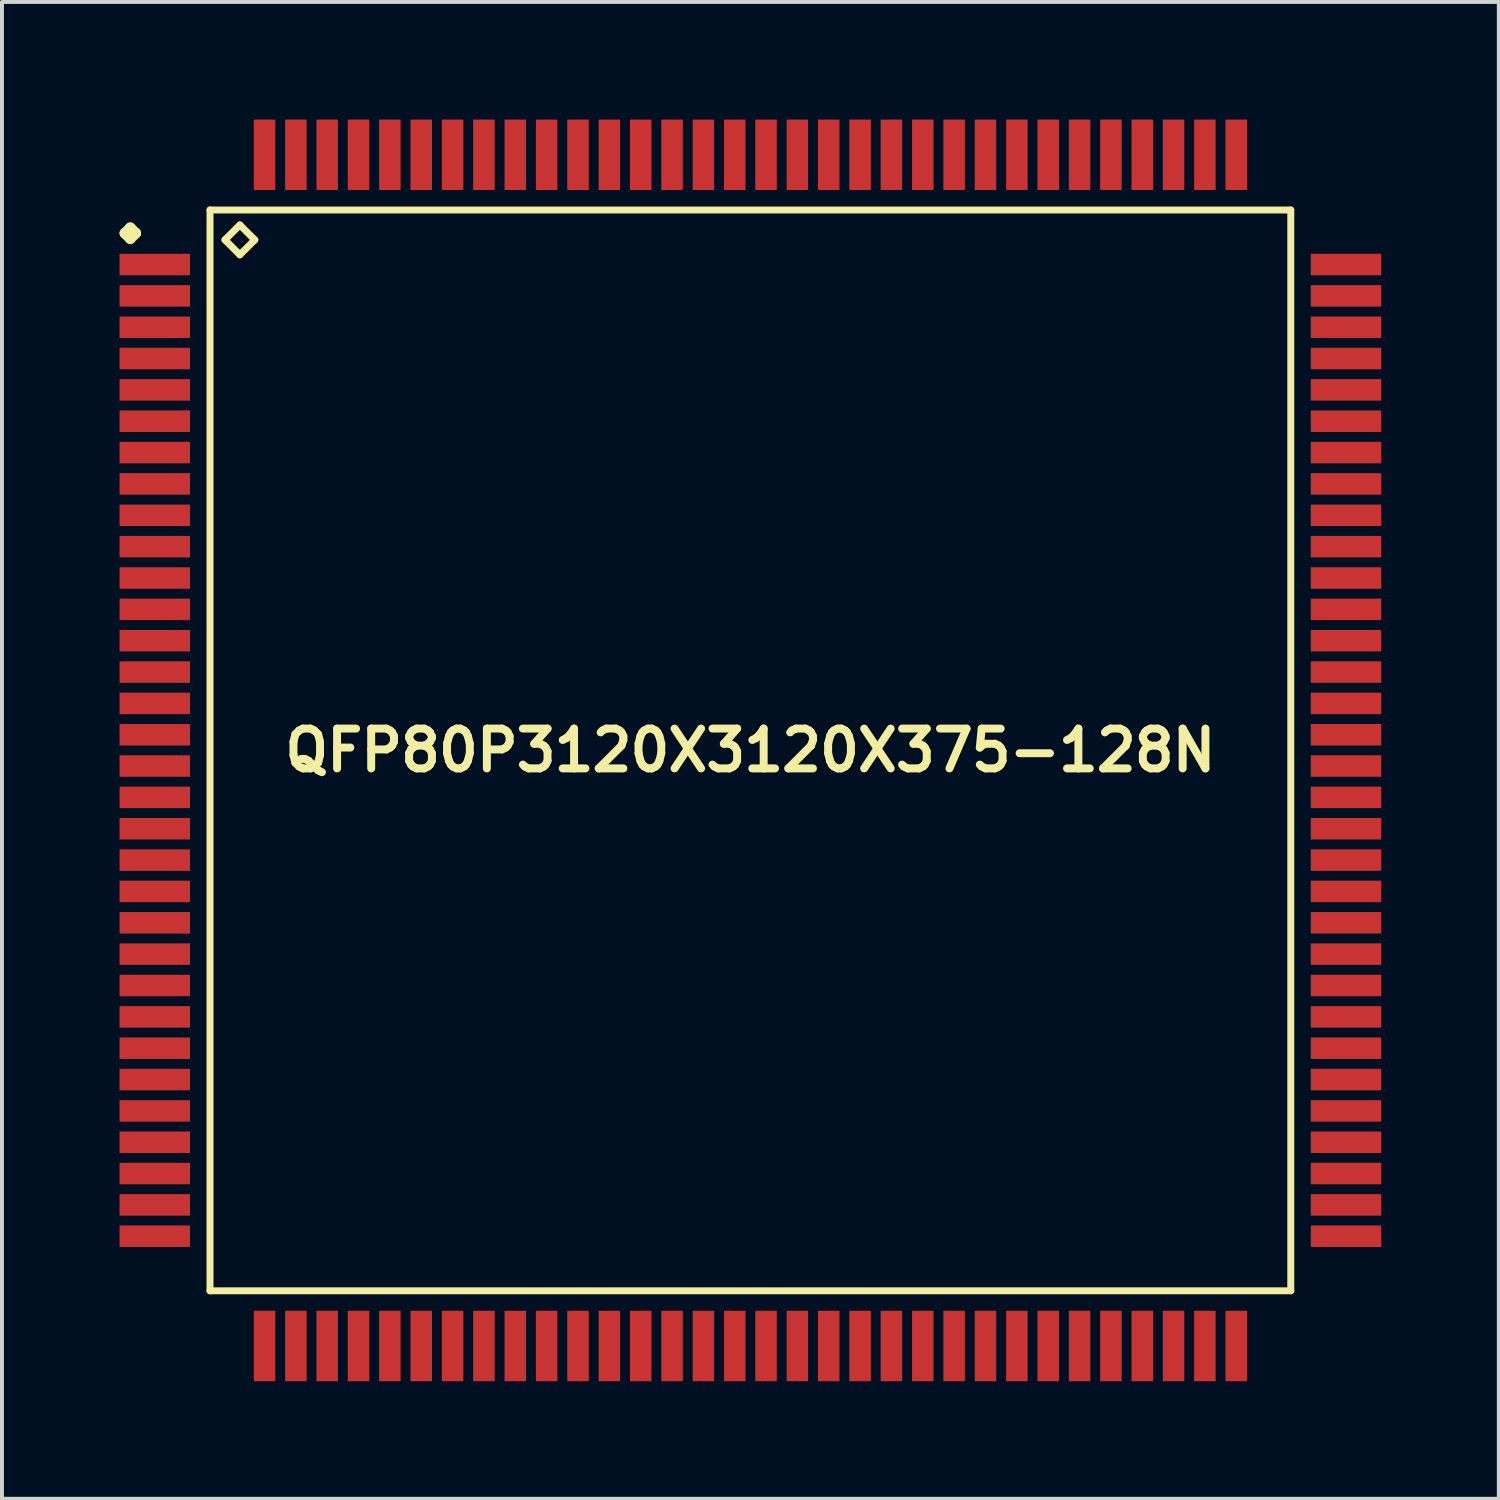
<source format=kicad_pcb>
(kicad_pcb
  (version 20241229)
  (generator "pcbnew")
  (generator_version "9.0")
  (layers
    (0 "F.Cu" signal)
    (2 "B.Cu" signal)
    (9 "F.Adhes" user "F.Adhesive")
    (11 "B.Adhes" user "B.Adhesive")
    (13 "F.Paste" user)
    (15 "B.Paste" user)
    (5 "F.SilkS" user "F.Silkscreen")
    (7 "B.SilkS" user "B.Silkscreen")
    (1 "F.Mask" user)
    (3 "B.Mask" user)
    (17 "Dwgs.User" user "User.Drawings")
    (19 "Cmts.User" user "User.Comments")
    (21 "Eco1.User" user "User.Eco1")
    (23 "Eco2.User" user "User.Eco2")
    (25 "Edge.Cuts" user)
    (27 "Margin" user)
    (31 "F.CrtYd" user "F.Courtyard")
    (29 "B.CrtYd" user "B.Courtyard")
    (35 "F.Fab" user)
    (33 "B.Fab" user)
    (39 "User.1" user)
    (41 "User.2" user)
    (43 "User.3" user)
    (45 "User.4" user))
  (footprint "QFP80P3120X3120X375-128N"
    (layer "F.Cu")
    (at 16.099 16.099)
    (property "Reference" "QFP80P3120X3120X375-128N" (at 0 0 0) (layer "F.SilkS") (effects (font (size 1.016 1.016) (thickness 0.203))))
    (attr smd)
    (fp_line (start -15.961 -13.198) (end -15.824 -13.335) (stroke (width 0.274) (type solid)) (layer "F.SilkS"))
    (fp_line (start -15.824 -13.335) (end -15.687 -13.198) (stroke (width 0.274) (type solid)) (layer "F.SilkS"))
    (fp_line (start -15.824 -13.061) (end -15.961 -13.198) (stroke (width 0.274) (type solid)) (layer "F.SilkS"))
    (fp_line (start -15.687 -13.198) (end -15.824 -13.061) (stroke (width 0.274) (type solid)) (layer "F.SilkS"))
    (fp_line (start -13.79 -13.79) (end -13.79 13.79) (stroke (width 0.178) (type solid)) (layer "F.SilkS"))
    (fp_line (start -13.79 13.79) (end 13.79 13.79) (stroke (width 0.178) (type solid)) (layer "F.SilkS"))
    (fp_line (start -13.409 -13.028) (end -13.028 -13.409) (stroke (width 0.178) (type solid)) (layer "F.SilkS"))
    (fp_line (start -13.028 -13.409) (end -12.647 -13.028) (stroke (width 0.178) (type solid)) (layer "F.SilkS"))
    (fp_line (start -13.028 -12.647) (end -13.409 -13.028) (stroke (width 0.178) (type solid)) (layer "F.SilkS"))
    (fp_line (start -12.647 -13.028) (end -13.028 -12.647) (stroke (width 0.178) (type solid)) (layer "F.SilkS"))
    (fp_line (start 13.79 -13.79) (end -13.79 -13.79) (stroke (width 0.178) (type solid)) (layer "F.SilkS"))
    (fp_line (start 13.79 13.79) (end 13.79 -13.79) (stroke (width 0.178) (type solid)) (layer "F.SilkS"))
    (pad "1" smd rect (at -15.199 -12.398) (size 1.798 0.549) (layers "F.Cu" "F.Mask" "F.Paste"))
    (pad "2" smd rect (at -15.199 -11.598) (size 1.798 0.549) (layers "F.Cu" "F.Mask" "F.Paste"))
    (pad "3" smd rect (at -15.199 -10.798) (size 1.798 0.549) (layers "F.Cu" "F.Mask" "F.Paste"))
    (pad "4" smd rect (at -15.199 -10) (size 1.798 0.549) (layers "F.Cu" "F.Mask" "F.Paste"))
    (pad "5" smd rect (at -15.199 -9.2) (size 1.798 0.549) (layers "F.Cu" "F.Mask" "F.Paste"))
    (pad "6" smd rect (at -15.199 -8.4) (size 1.798 0.549) (layers "F.Cu" "F.Mask" "F.Paste"))
    (pad "7" smd rect (at -15.199 -7.6) (size 1.798 0.549) (layers "F.Cu" "F.Mask" "F.Paste"))
    (pad "8" smd rect (at -15.199 -6.8) (size 1.798 0.549) (layers "F.Cu" "F.Mask" "F.Paste"))
    (pad "9" smd rect (at -15.199 -5.999) (size 1.798 0.549) (layers "F.Cu" "F.Mask" "F.Paste"))
    (pad "10" smd rect (at -15.199 -5.199) (size 1.798 0.549) (layers "F.Cu" "F.Mask" "F.Paste"))
    (pad "11" smd rect (at -15.199 -4.399) (size 1.798 0.549) (layers "F.Cu" "F.Mask" "F.Paste"))
    (pad "12" smd rect (at -15.199 -3.599) (size 1.798 0.549) (layers "F.Cu" "F.Mask" "F.Paste"))
    (pad "13" smd rect (at -15.199 -2.799) (size 1.798 0.549) (layers "F.Cu" "F.Mask" "F.Paste"))
    (pad "14" smd rect (at -15.199 -1.999) (size 1.798 0.549) (layers "F.Cu" "F.Mask" "F.Paste"))
    (pad "15" smd rect (at -15.199 -1.199) (size 1.798 0.549) (layers "F.Cu" "F.Mask" "F.Paste"))
    (pad "16" smd rect (at -15.199 -0.399) (size 1.798 0.549) (layers "F.Cu" "F.Mask" "F.Paste"))
    (pad "17" smd rect (at -15.199 0.399) (size 1.798 0.549) (layers "F.Cu" "F.Mask" "F.Paste"))
    (pad "18" smd rect (at -15.199 1.199) (size 1.798 0.549) (layers "F.Cu" "F.Mask" "F.Paste"))
    (pad "19" smd rect (at -15.199 1.999) (size 1.798 0.549) (layers "F.Cu" "F.Mask" "F.Paste"))
    (pad "20" smd rect (at -15.199 2.799) (size 1.798 0.549) (layers "F.Cu" "F.Mask" "F.Paste"))
    (pad "21" smd rect (at -15.199 3.599) (size 1.798 0.549) (layers "F.Cu" "F.Mask" "F.Paste"))
    (pad "22" smd rect (at -15.199 4.399) (size 1.798 0.549) (layers "F.Cu" "F.Mask" "F.Paste"))
    (pad "23" smd rect (at -15.199 5.199) (size 1.798 0.549) (layers "F.Cu" "F.Mask" "F.Paste"))
    (pad "24" smd rect (at -15.199 5.999) (size 1.798 0.549) (layers "F.Cu" "F.Mask" "F.Paste"))
    (pad "25" smd rect (at -15.199 6.8) (size 1.798 0.549) (layers "F.Cu" "F.Mask" "F.Paste"))
    (pad "26" smd rect (at -15.199 7.6) (size 1.798 0.549) (layers "F.Cu" "F.Mask" "F.Paste"))
    (pad "27" smd rect (at -15.199 8.4) (size 1.798 0.549) (layers "F.Cu" "F.Mask" "F.Paste"))
    (pad "28" smd rect (at -15.199 9.2) (size 1.798 0.549) (layers "F.Cu" "F.Mask" "F.Paste"))
    (pad "29" smd rect (at -15.199 10) (size 1.798 0.549) (layers "F.Cu" "F.Mask" "F.Paste"))
    (pad "30" smd rect (at -15.199 10.798) (size 1.798 0.549) (layers "F.Cu" "F.Mask" "F.Paste"))
    (pad "31" smd rect (at -15.199 11.598) (size 1.798 0.549) (layers "F.Cu" "F.Mask" "F.Paste"))
    (pad "32" smd rect (at -15.199 12.398) (size 1.798 0.549) (layers "F.Cu" "F.Mask" "F.Paste"))
    (pad "33" smd rect (at -12.398 15.199) (size 0.549 1.798) (layers "F.Cu" "F.Mask" "F.Paste"))
    (pad "34" smd rect (at -11.598 15.199) (size 0.549 1.798) (layers "F.Cu" "F.Mask" "F.Paste"))
    (pad "35" smd rect (at -10.798 15.199) (size 0.549 1.798) (layers "F.Cu" "F.Mask" "F.Paste"))
    (pad "36" smd rect (at -10 15.199) (size 0.549 1.798) (layers "F.Cu" "F.Mask" "F.Paste"))
    (pad "37" smd rect (at -9.2 15.199) (size 0.549 1.798) (layers "F.Cu" "F.Mask" "F.Paste"))
    (pad "38" smd rect (at -8.4 15.199) (size 0.549 1.798) (layers "F.Cu" "F.Mask" "F.Paste"))
    (pad "39" smd rect (at -7.6 15.199) (size 0.549 1.798) (layers "F.Cu" "F.Mask" "F.Paste"))
    (pad "40" smd rect (at -6.8 15.199) (size 0.549 1.798) (layers "F.Cu" "F.Mask" "F.Paste"))
    (pad "41" smd rect (at -5.999 15.199) (size 0.549 1.798) (layers "F.Cu" "F.Mask" "F.Paste"))
    (pad "42" smd rect (at -5.199 15.199) (size 0.549 1.798) (layers "F.Cu" "F.Mask" "F.Paste"))
    (pad "43" smd rect (at -4.399 15.199) (size 0.549 1.798) (layers "F.Cu" "F.Mask" "F.Paste"))
    (pad "44" smd rect (at -3.599 15.199) (size 0.549 1.798) (layers "F.Cu" "F.Mask" "F.Paste"))
    (pad "45" smd rect (at -2.799 15.199) (size 0.549 1.798) (layers "F.Cu" "F.Mask" "F.Paste"))
    (pad "46" smd rect (at -1.999 15.199) (size 0.549 1.798) (layers "F.Cu" "F.Mask" "F.Paste"))
    (pad "47" smd rect (at -1.199 15.199) (size 0.549 1.798) (layers "F.Cu" "F.Mask" "F.Paste"))
    (pad "48" smd rect (at -0.399 15.199) (size 0.549 1.798) (layers "F.Cu" "F.Mask" "F.Paste"))
    (pad "49" smd rect (at 0.399 15.199) (size 0.549 1.798) (layers "F.Cu" "F.Mask" "F.Paste"))
    (pad "50" smd rect (at 1.199 15.199) (size 0.549 1.798) (layers "F.Cu" "F.Mask" "F.Paste"))
    (pad "51" smd rect (at 1.999 15.199) (size 0.549 1.798) (layers "F.Cu" "F.Mask" "F.Paste"))
    (pad "52" smd rect (at 2.799 15.199) (size 0.549 1.798) (layers "F.Cu" "F.Mask" "F.Paste"))
    (pad "53" smd rect (at 3.599 15.199) (size 0.549 1.798) (layers "F.Cu" "F.Mask" "F.Paste"))
    (pad "54" smd rect (at 4.399 15.199) (size 0.549 1.798) (layers "F.Cu" "F.Mask" "F.Paste"))
    (pad "55" smd rect (at 5.199 15.199) (size 0.549 1.798) (layers "F.Cu" "F.Mask" "F.Paste"))
    (pad "56" smd rect (at 5.999 15.199) (size 0.549 1.798) (layers "F.Cu" "F.Mask" "F.Paste"))
    (pad "57" smd rect (at 6.8 15.199) (size 0.549 1.798) (layers "F.Cu" "F.Mask" "F.Paste"))
    (pad "58" smd rect (at 7.6 15.199) (size 0.549 1.798) (layers "F.Cu" "F.Mask" "F.Paste"))
    (pad "59" smd rect (at 8.4 15.199) (size 0.549 1.798) (layers "F.Cu" "F.Mask" "F.Paste"))
    (pad "60" smd rect (at 9.2 15.199) (size 0.549 1.798) (layers "F.Cu" "F.Mask" "F.Paste"))
    (pad "61" smd rect (at 10 15.199) (size 0.549 1.798) (layers "F.Cu" "F.Mask" "F.Paste"))
    (pad "62" smd rect (at 10.798 15.199) (size 0.549 1.798) (layers "F.Cu" "F.Mask" "F.Paste"))
    (pad "63" smd rect (at 11.598 15.199) (size 0.549 1.798) (layers "F.Cu" "F.Mask" "F.Paste"))
    (pad "64" smd rect (at 12.398 15.199) (size 0.549 1.798) (layers "F.Cu" "F.Mask" "F.Paste"))
    (pad "65" smd rect (at 15.199 12.398) (size 1.798 0.549) (layers "F.Cu" "F.Mask" "F.Paste"))
    (pad "66" smd rect (at 15.199 11.598) (size 1.798 0.549) (layers "F.Cu" "F.Mask" "F.Paste"))
    (pad "67" smd rect (at 15.199 10.798) (size 1.798 0.549) (layers "F.Cu" "F.Mask" "F.Paste"))
    (pad "68" smd rect (at 15.199 10) (size 1.798 0.549) (layers "F.Cu" "F.Mask" "F.Paste"))
    (pad "69" smd rect (at 15.199 9.2) (size 1.798 0.549) (layers "F.Cu" "F.Mask" "F.Paste"))
    (pad "70" smd rect (at 15.199 8.4) (size 1.798 0.549) (layers "F.Cu" "F.Mask" "F.Paste"))
    (pad "71" smd rect (at 15.199 7.6) (size 1.798 0.549) (layers "F.Cu" "F.Mask" "F.Paste"))
    (pad "72" smd rect (at 15.199 6.8) (size 1.798 0.549) (layers "F.Cu" "F.Mask" "F.Paste"))
    (pad "73" smd rect (at 15.199 5.999) (size 1.798 0.549) (layers "F.Cu" "F.Mask" "F.Paste"))
    (pad "74" smd rect (at 15.199 5.199) (size 1.798 0.549) (layers "F.Cu" "F.Mask" "F.Paste"))
    (pad "75" smd rect (at 15.199 4.399) (size 1.798 0.549) (layers "F.Cu" "F.Mask" "F.Paste"))
    (pad "76" smd rect (at 15.199 3.599) (size 1.798 0.549) (layers "F.Cu" "F.Mask" "F.Paste"))
    (pad "77" smd rect (at 15.199 2.799) (size 1.798 0.549) (layers "F.Cu" "F.Mask" "F.Paste"))
    (pad "78" smd rect (at 15.199 1.999) (size 1.798 0.549) (layers "F.Cu" "F.Mask" "F.Paste"))
    (pad "79" smd rect (at 15.199 1.199) (size 1.798 0.549) (layers "F.Cu" "F.Mask" "F.Paste"))
    (pad "80" smd rect (at 15.199 0.399) (size 1.798 0.549) (layers "F.Cu" "F.Mask" "F.Paste"))
    (pad "81" smd rect (at 15.199 -0.399) (size 1.798 0.549) (layers "F.Cu" "F.Mask" "F.Paste"))
    (pad "82" smd rect (at 15.199 -1.199) (size 1.798 0.549) (layers "F.Cu" "F.Mask" "F.Paste"))
    (pad "83" smd rect (at 15.199 -1.999) (size 1.798 0.549) (layers "F.Cu" "F.Mask" "F.Paste"))
    (pad "84" smd rect (at 15.199 -2.799) (size 1.798 0.549) (layers "F.Cu" "F.Mask" "F.Paste"))
    (pad "85" smd rect (at 15.199 -3.599) (size 1.798 0.549) (layers "F.Cu" "F.Mask" "F.Paste"))
    (pad "86" smd rect (at 15.199 -4.399) (size 1.798 0.549) (layers "F.Cu" "F.Mask" "F.Paste"))
    (pad "87" smd rect (at 15.199 -5.199) (size 1.798 0.549) (layers "F.Cu" "F.Mask" "F.Paste"))
    (pad "88" smd rect (at 15.199 -5.999) (size 1.798 0.549) (layers "F.Cu" "F.Mask" "F.Paste"))
    (pad "89" smd rect (at 15.199 -6.8) (size 1.798 0.549) (layers "F.Cu" "F.Mask" "F.Paste"))
    (pad "90" smd rect (at 15.199 -7.6) (size 1.798 0.549) (layers "F.Cu" "F.Mask" "F.Paste"))
    (pad "91" smd rect (at 15.199 -8.4) (size 1.798 0.549) (layers "F.Cu" "F.Mask" "F.Paste"))
    (pad "92" smd rect (at 15.199 -9.2) (size 1.798 0.549) (layers "F.Cu" "F.Mask" "F.Paste"))
    (pad "93" smd rect (at 15.199 -10) (size 1.798 0.549) (layers "F.Cu" "F.Mask" "F.Paste"))
    (pad "94" smd rect (at 15.199 -10.798) (size 1.798 0.549) (layers "F.Cu" "F.Mask" "F.Paste"))
    (pad "95" smd rect (at 15.199 -11.598) (size 1.798 0.549) (layers "F.Cu" "F.Mask" "F.Paste"))
    (pad "96" smd rect (at 15.199 -12.398) (size 1.798 0.549) (layers "F.Cu" "F.Mask" "F.Paste"))
    (pad "97" smd rect (at 12.398 -15.199) (size 0.549 1.798) (layers "F.Cu" "F.Mask" "F.Paste"))
    (pad "98" smd rect (at 11.598 -15.199) (size 0.549 1.798) (layers "F.Cu" "F.Mask" "F.Paste"))
    (pad "99" smd rect (at 10.798 -15.199) (size 0.549 1.798) (layers "F.Cu" "F.Mask" "F.Paste"))
    (pad "100" smd rect (at 10 -15.199) (size 0.549 1.798) (layers "F.Cu" "F.Mask" "F.Paste"))
    (pad "101" smd rect (at 9.2 -15.199) (size 0.549 1.798) (layers "F.Cu" "F.Mask" "F.Paste"))
    (pad "102" smd rect (at 8.4 -15.199) (size 0.549 1.798) (layers "F.Cu" "F.Mask" "F.Paste"))
    (pad "103" smd rect (at 7.6 -15.199) (size 0.549 1.798) (layers "F.Cu" "F.Mask" "F.Paste"))
    (pad "104" smd rect (at 6.8 -15.199) (size 0.549 1.798) (layers "F.Cu" "F.Mask" "F.Paste"))
    (pad "105" smd rect (at 5.999 -15.199) (size 0.549 1.798) (layers "F.Cu" "F.Mask" "F.Paste"))
    (pad "106" smd rect (at 5.199 -15.199) (size 0.549 1.798) (layers "F.Cu" "F.Mask" "F.Paste"))
    (pad "107" smd rect (at 4.399 -15.199) (size 0.549 1.798) (layers "F.Cu" "F.Mask" "F.Paste"))
    (pad "108" smd rect (at 3.599 -15.199) (size 0.549 1.798) (layers "F.Cu" "F.Mask" "F.Paste"))
    (pad "109" smd rect (at 2.799 -15.199) (size 0.549 1.798) (layers "F.Cu" "F.Mask" "F.Paste"))
    (pad "110" smd rect (at 1.999 -15.199) (size 0.549 1.798) (layers "F.Cu" "F.Mask" "F.Paste"))
    (pad "111" smd rect (at 1.199 -15.199) (size 0.549 1.798) (layers "F.Cu" "F.Mask" "F.Paste"))
    (pad "112" smd rect (at 0.399 -15.199) (size 0.549 1.798) (layers "F.Cu" "F.Mask" "F.Paste"))
    (pad "113" smd rect (at -0.399 -15.199) (size 0.549 1.798) (layers "F.Cu" "F.Mask" "F.Paste"))
    (pad "114" smd rect (at -1.199 -15.199) (size 0.549 1.798) (layers "F.Cu" "F.Mask" "F.Paste"))
    (pad "115" smd rect (at -1.999 -15.199) (size 0.549 1.798) (layers "F.Cu" "F.Mask" "F.Paste"))
    (pad "116" smd rect (at -2.799 -15.199) (size 0.549 1.798) (layers "F.Cu" "F.Mask" "F.Paste"))
    (pad "117" smd rect (at -3.599 -15.199) (size 0.549 1.798) (layers "F.Cu" "F.Mask" "F.Paste"))
    (pad "118" smd rect (at -4.399 -15.199) (size 0.549 1.798) (layers "F.Cu" "F.Mask" "F.Paste"))
    (pad "119" smd rect (at -5.199 -15.199) (size 0.549 1.798) (layers "F.Cu" "F.Mask" "F.Paste"))
    (pad "120" smd rect (at -5.999 -15.199) (size 0.549 1.798) (layers "F.Cu" "F.Mask" "F.Paste"))
    (pad "121" smd rect (at -6.8 -15.199) (size 0.549 1.798) (layers "F.Cu" "F.Mask" "F.Paste"))
    (pad "122" smd rect (at -7.6 -15.199) (size 0.549 1.798) (layers "F.Cu" "F.Mask" "F.Paste"))
    (pad "123" smd rect (at -8.4 -15.199) (size 0.549 1.798) (layers "F.Cu" "F.Mask" "F.Paste"))
    (pad "124" smd rect (at -9.2 -15.199) (size 0.549 1.798) (layers "F.Cu" "F.Mask" "F.Paste"))
    (pad "125" smd rect (at -10 -15.199) (size 0.549 1.798) (layers "F.Cu" "F.Mask" "F.Paste"))
    (pad "126" smd rect (at -10.798 -15.199) (size 0.549 1.798) (layers "F.Cu" "F.Mask" "F.Paste"))
    (pad "127" smd rect (at -11.598 -15.199) (size 0.549 1.798) (layers "F.Cu" "F.Mask" "F.Paste"))
    (pad "128" smd rect (at -12.398 -15.199) (size 0.549 1.798) (layers "F.Cu" "F.Mask" "F.Paste")))
  (gr_rect
    (start -3 -3)
    (end 35.197 35.197)
    (stroke (width 0.1) (type default))
    (fill no)
    (layer "Edge.Cuts")))
</source>
